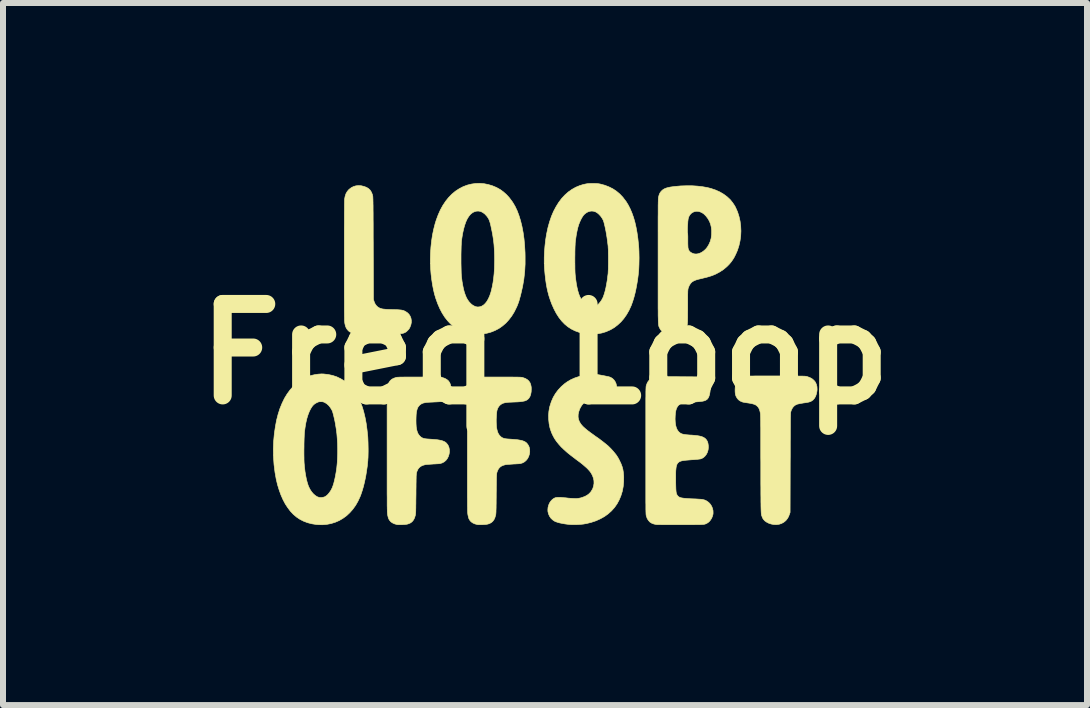
<source format=kicad_pcb>
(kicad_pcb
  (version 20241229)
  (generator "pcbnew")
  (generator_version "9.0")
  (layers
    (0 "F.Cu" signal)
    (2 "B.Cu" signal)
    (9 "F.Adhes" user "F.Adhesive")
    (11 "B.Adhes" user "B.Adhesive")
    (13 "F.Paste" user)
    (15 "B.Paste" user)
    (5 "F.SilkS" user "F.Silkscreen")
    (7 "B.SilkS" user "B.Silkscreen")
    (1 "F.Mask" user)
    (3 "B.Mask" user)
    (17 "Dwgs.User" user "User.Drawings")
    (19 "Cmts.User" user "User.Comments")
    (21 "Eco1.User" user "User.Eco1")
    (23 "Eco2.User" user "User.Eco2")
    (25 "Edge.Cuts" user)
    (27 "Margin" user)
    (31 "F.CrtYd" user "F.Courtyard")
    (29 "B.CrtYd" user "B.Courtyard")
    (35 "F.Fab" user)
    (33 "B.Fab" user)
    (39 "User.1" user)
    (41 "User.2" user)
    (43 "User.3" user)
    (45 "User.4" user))
  (footprint "Freq Loop"
    (layer "F.Cu")
    (at 6.031 2.849)
    (property "Reference" "Freq Loop" (at 0 0 0) (layer "F.SilkS") (effects (font (size 1.524 1.524) (thickness 0.3))))
    (attr through_hole)
    (fp_poly (pts (xy -3.062 -2.804) (xy -3.016 -2.793) (xy -2.974 -2.777) (xy -2.941 -2.757) (xy -2.914 -2.731) (xy -2.893 -2.698) (xy -2.877 -2.659) (xy -2.872 -2.637) (xy -2.871 -2.633) (xy -2.87 -2.628) (xy -2.869 -2.621) (xy -2.869 -2.612) (xy -2.868 -2.602) (xy -2.868 -2.589) (xy -2.867 -2.573) (xy -2.867 -2.554) (xy -2.866 -2.531) (xy -2.866 -2.504) (xy -2.865 -2.474) (xy -2.865 -2.438) (xy -2.865 -2.398) (xy -2.864 -2.352) (xy -2.864 -2.301) (xy -2.864 -2.244) (xy -2.863 -2.18) (xy -2.863 -2.11) (xy -2.863 -2.033) (xy -2.863 -1.948) (xy -2.862 -1.855) (xy -2.862 -1.759) (xy -2.859 -0.912) (xy -2.85 -0.881) (xy -2.835 -0.843) (xy -2.814 -0.811) (xy -2.789 -0.786) (xy -2.765 -0.771) (xy -2.751 -0.764) (xy -2.736 -0.759) (xy -2.719 -0.754) (xy -2.7 -0.75) (xy -2.678 -0.748) (xy -2.65 -0.745) (xy -2.617 -0.743) (xy -2.578 -0.742) (xy -2.54 -0.741) (xy -2.498 -0.74) (xy -2.463 -0.739) (xy -2.435 -0.737) (xy -2.412 -0.735) (xy -2.393 -0.733) (xy -2.378 -0.73) (xy -2.364 -0.727) (xy -2.351 -0.722) (xy -2.338 -0.716) (xy -2.328 -0.711) (xy -2.295 -0.69) (xy -2.268 -0.664) (xy -2.248 -0.633) (xy -2.234 -0.599) (xy -2.228 -0.563) (xy -2.228 -0.524) (xy -2.236 -0.484) (xy -2.252 -0.444) (xy -2.253 -0.441) (xy -2.268 -0.416) (xy -2.289 -0.393) (xy -2.311 -0.372) (xy -2.334 -0.358) (xy -2.334 -0.358) (xy -2.343 -0.354) (xy -2.352 -0.351) (xy -2.361 -0.347) (xy -2.371 -0.345) (xy -2.383 -0.342) (xy -2.397 -0.34) (xy -2.414 -0.339) (xy -2.434 -0.337) (xy -2.459 -0.336) (xy -2.487 -0.335) (xy -2.521 -0.335) (xy -2.561 -0.334) (xy -2.606 -0.333) (xy -2.659 -0.333) (xy -2.719 -0.333) (xy -2.779 -0.332) (xy -2.844 -0.332) (xy -2.902 -0.332) (xy -2.951 -0.332) (xy -2.994 -0.332) (xy -3.031 -0.332) (xy -3.062 -0.332) (xy -3.088 -0.332) (xy -3.109 -0.333) (xy -3.126 -0.333) (xy -3.139 -0.334) (xy -3.15 -0.335) (xy -3.157 -0.336) (xy -3.159 -0.336) (xy -3.197 -0.345) (xy -3.228 -0.356) (xy -3.255 -0.37) (xy -3.277 -0.388) (xy -3.283 -0.395) (xy -3.302 -0.418) (xy -3.317 -0.445) (xy -3.328 -0.476) (xy -3.336 -0.513) (xy -3.34 -0.55) (xy -3.341 -0.56) (xy -3.341 -0.578) (xy -3.341 -0.603) (xy -3.342 -0.635) (xy -3.342 -0.674) (xy -3.343 -0.719) (xy -3.343 -0.77) (xy -3.343 -0.825) (xy -3.343 -0.885) (xy -3.344 -0.95) (xy -3.344 -1.018) (xy -3.344 -1.09) (xy -3.344 -1.164) (xy -3.344 -1.241) (xy -3.344 -1.319) (xy -3.344 -1.399) (xy -3.344 -1.48) (xy -3.344 -1.561) (xy -3.344 -1.643) (xy -3.344 -1.724) (xy -3.344 -1.804) (xy -3.344 -1.882) (xy -3.344 -1.959) (xy -3.344 -2.034) (xy -3.344 -2.105) (xy -3.343 -2.174) (xy -3.343 -2.239) (xy -3.343 -2.299) (xy -3.343 -2.355) (xy -3.342 -2.406) (xy -3.342 -2.452) (xy -3.342 -2.491) (xy -3.341 -2.524) (xy -3.341 -2.55) (xy -3.34 -2.568) (xy -3.34 -2.579) (xy -3.34 -2.58) (xy -3.331 -2.628) (xy -3.317 -2.671) (xy -3.296 -2.708) (xy -3.268 -2.741) (xy -3.262 -2.746) (xy -3.228 -2.772) (xy -3.191 -2.791) (xy -3.15 -2.803) (xy -3.107 -2.807) (xy -3.062 -2.804)) (stroke (width 0.01) (type solid)) (fill yes) (layer "F.SilkS"))
    (fp_poly (pts (xy -1.014 -2.838) (xy -0.944 -2.824) (xy -0.875 -2.803) (xy -0.808 -2.775) (xy -0.747 -2.741) (xy -0.695 -2.703) (xy -0.644 -2.658) (xy -0.597 -2.607) (xy -0.554 -2.55) (xy -0.538 -2.527) (xy -0.499 -2.461) (xy -0.464 -2.387) (xy -0.434 -2.307) (xy -0.407 -2.219) (xy -0.384 -2.125) (xy -0.365 -2.025) (xy -0.35 -1.918) (xy -0.34 -1.806) (xy -0.333 -1.688) (xy -0.332 -1.63) (xy -0.332 -1.499) (xy -0.339 -1.372) (xy -0.353 -1.248) (xy -0.374 -1.125) (xy -0.402 -1.003) (xy -0.411 -0.967) (xy -0.423 -0.925) (xy -0.433 -0.888) (xy -0.444 -0.856) (xy -0.455 -0.826) (xy -0.467 -0.796) (xy -0.476 -0.777) (xy -0.513 -0.702) (xy -0.555 -0.634) (xy -0.602 -0.572) (xy -0.653 -0.516) (xy -0.709 -0.468) (xy -0.769 -0.426) (xy -0.834 -0.392) (xy -0.902 -0.365) (xy -0.968 -0.347) (xy -1.041 -0.335) (xy -1.117 -0.332) (xy -1.187 -0.335) (xy -1.262 -0.346) (xy -1.333 -0.363) (xy -1.399 -0.387) (xy -1.461 -0.418) (xy -1.519 -0.456) (xy -1.573 -0.501) (xy -1.623 -0.554) (xy -1.67 -0.614) (xy -1.713 -0.681) (xy -1.752 -0.755) (xy -1.788 -0.838) (xy -1.82 -0.927) (xy -1.841 -0.997) (xy -1.859 -1.073) (xy -1.875 -1.156) (xy -1.888 -1.242) (xy -1.899 -1.332) (xy -1.906 -1.423) (xy -1.91 -1.515) (xy -1.911 -1.563) (xy -1.4 -1.563) (xy -1.4 -1.513) (xy -1.399 -1.465) (xy -1.398 -1.419) (xy -1.397 -1.377) (xy -1.396 -1.34) (xy -1.394 -1.309) (xy -1.392 -1.285) (xy -1.391 -1.281) (xy -1.382 -1.207) (xy -1.37 -1.14) (xy -1.358 -1.081) (xy -1.344 -1.029) (xy -1.328 -0.983) (xy -1.311 -0.942) (xy -1.291 -0.906) (xy -1.269 -0.875) (xy -1.244 -0.847) (xy -1.244 -0.846) (xy -1.215 -0.821) (xy -1.184 -0.802) (xy -1.154 -0.789) (xy -1.148 -0.788) (xy -1.123 -0.784) (xy -1.095 -0.786) (xy -1.068 -0.793) (xy -1.057 -0.797) (xy -1.025 -0.816) (xy -0.996 -0.843) (xy -0.969 -0.877) (xy -0.945 -0.919) (xy -0.923 -0.967) (xy -0.904 -1.022) (xy -0.895 -1.054) (xy -0.879 -1.123) (xy -0.866 -1.194) (xy -0.856 -1.266) (xy -0.848 -1.342) (xy -0.843 -1.423) (xy -0.841 -1.509) (xy -0.84 -1.566) (xy -0.841 -1.638) (xy -0.843 -1.704) (xy -0.846 -1.764) (xy -0.85 -1.822) (xy -0.856 -1.877) (xy -0.864 -1.934) (xy -0.873 -1.992) (xy -0.885 -2.053) (xy -0.895 -2.1) (xy -0.903 -2.139) (xy -0.911 -2.173) (xy -0.919 -2.2) (xy -0.927 -2.224) (xy -0.936 -2.245) (xy -0.946 -2.263) (xy -0.957 -2.28) (xy -0.97 -2.297) (xy -0.973 -2.301) (xy -1.003 -2.333) (xy -1.035 -2.357) (xy -1.068 -2.374) (xy -1.102 -2.382) (xy -1.136 -2.382) (xy -1.17 -2.374) (xy -1.203 -2.359) (xy -1.234 -2.335) (xy -1.243 -2.327) (xy -1.27 -2.294) (xy -1.296 -2.253) (xy -1.319 -2.203) (xy -1.339 -2.146) (xy -1.357 -2.081) (xy -1.373 -2.009) (xy -1.386 -1.928) (xy -1.392 -1.884) (xy -1.394 -1.862) (xy -1.395 -1.832) (xy -1.397 -1.797) (xy -1.398 -1.756) (xy -1.399 -1.711) (xy -1.4 -1.663) (xy -1.4 -1.614) (xy -1.4 -1.563) (xy -1.911 -1.563) (xy -1.911 -1.579) (xy -1.908 -1.681) (xy -1.901 -1.784) (xy -1.89 -1.885) (xy -1.875 -1.985) (xy -1.855 -2.08) (xy -1.832 -2.17) (xy -1.813 -2.231) (xy -1.78 -2.32) (xy -1.743 -2.403) (xy -1.701 -2.479) (xy -1.654 -2.549) (xy -1.604 -2.611) (xy -1.55 -2.666) (xy -1.491 -2.715) (xy -1.429 -2.755) (xy -1.364 -2.789) (xy -1.295 -2.815) (xy -1.227 -2.832) (xy -1.157 -2.842) (xy -1.086 -2.844) (xy -1.014 -2.838)) (stroke (width 0.01) (type solid)) (fill yes) (layer "F.SilkS"))
    (fp_poly (pts (xy -3.689 0.332) (xy -3.612 0.341) (xy -3.538 0.357) (xy -3.469 0.38) (xy -3.403 0.412) (xy -3.342 0.45) (xy -3.284 0.496) (xy -3.264 0.514) (xy -3.218 0.564) (xy -3.175 0.618) (xy -3.137 0.677) (xy -3.102 0.741) (xy -3.071 0.811) (xy -3.043 0.887) (xy -3.019 0.97) (xy -2.998 1.059) (xy -2.98 1.155) (xy -2.966 1.259) (xy -2.957 1.342) (xy -2.953 1.38) (xy -2.951 1.425) (xy -2.949 1.474) (xy -2.948 1.525) (xy -2.947 1.578) (xy -2.947 1.63) (xy -2.948 1.679) (xy -2.949 1.723) (xy -2.952 1.762) (xy -2.952 1.772) (xy -2.961 1.863) (xy -2.974 1.953) (xy -2.988 2.04) (xy -3.006 2.125) (xy -3.025 2.205) (xy -3.047 2.279) (xy -3.07 2.347) (xy -3.081 2.375) (xy -3.116 2.451) (xy -3.156 2.521) (xy -3.202 2.585) (xy -3.252 2.642) (xy -3.306 2.693) (xy -3.365 2.736) (xy -3.427 2.773) (xy -3.494 2.802) (xy -3.564 2.824) (xy -3.637 2.838) (xy -3.657 2.84) (xy -3.711 2.844) (xy -3.766 2.843) (xy -3.81 2.84) (xy -3.886 2.828) (xy -3.956 2.81) (xy -4.022 2.785) (xy -4.083 2.754) (xy -4.14 2.716) (xy -4.194 2.67) (xy -4.194 2.67) (xy -4.242 2.619) (xy -4.286 2.561) (xy -4.328 2.497) (xy -4.366 2.425) (xy -4.4 2.348) (xy -4.43 2.265) (xy -4.457 2.177) (xy -4.479 2.084) (xy -4.496 1.988) (xy -4.498 1.979) (xy -4.515 1.845) (xy -4.524 1.714) (xy -4.526 1.639) (xy -4.017 1.639) (xy -4.017 1.683) (xy -4.016 1.724) (xy -4.016 1.76) (xy -4.015 1.791) (xy -4.014 1.813) (xy -4.007 1.888) (xy -3.999 1.958) (xy -3.988 2.024) (xy -3.976 2.085) (xy -3.962 2.139) (xy -3.947 2.187) (xy -3.935 2.216) (xy -3.913 2.259) (xy -3.887 2.298) (xy -3.859 2.33) (xy -3.828 2.357) (xy -3.797 2.377) (xy -3.766 2.388) (xy -3.744 2.391) (xy -3.718 2.39) (xy -3.691 2.385) (xy -3.669 2.378) (xy -3.669 2.378) (xy -3.642 2.361) (xy -3.616 2.337) (xy -3.591 2.306) (xy -3.568 2.272) (xy -3.548 2.233) (xy -3.544 2.225) (xy -3.533 2.194) (xy -3.521 2.157) (xy -3.51 2.114) (xy -3.499 2.066) (xy -3.489 2.016) (xy -3.48 1.964) (xy -3.472 1.912) (xy -3.469 1.886) (xy -3.462 1.814) (xy -3.458 1.736) (xy -3.455 1.654) (xy -3.455 1.571) (xy -3.457 1.488) (xy -3.462 1.407) (xy -3.468 1.331) (xy -3.477 1.26) (xy -3.478 1.252) (xy -3.486 1.203) (xy -3.494 1.154) (xy -3.503 1.108) (xy -3.513 1.064) (xy -3.522 1.025) (xy -3.531 0.991) (xy -3.539 0.962) (xy -3.547 0.941) (xy -3.549 0.938) (xy -3.573 0.897) (xy -3.601 0.86) (xy -3.634 0.83) (xy -3.67 0.807) (xy -3.673 0.806) (xy -3.687 0.8) (xy -3.7 0.796) (xy -3.714 0.794) (xy -3.733 0.794) (xy -3.734 0.794) (xy -3.753 0.794) (xy -3.768 0.796) (xy -3.781 0.8) (xy -3.797 0.807) (xy -3.799 0.808) (xy -3.826 0.822) (xy -3.849 0.839) (xy -3.869 0.859) (xy -3.88 0.873) (xy -3.905 0.912) (xy -3.928 0.958) (xy -3.949 1.012) (xy -3.968 1.073) (xy -3.984 1.142) (xy -3.997 1.217) (xy -4.007 1.291) (xy -4.009 1.312) (xy -4.011 1.339) (xy -4.012 1.373) (xy -4.014 1.412) (xy -4.015 1.455) (xy -4.016 1.5) (xy -4.016 1.546) (xy -4.017 1.593) (xy -4.017 1.639) (xy -4.526 1.639) (xy -4.527 1.585) (xy -4.522 1.456) (xy -4.51 1.327) (xy -4.493 1.211) (xy -4.473 1.103) (xy -4.447 1.002) (xy -4.417 0.908) (xy -4.381 0.82) (xy -4.342 0.739) (xy -4.297 0.665) (xy -4.248 0.598) (xy -4.194 0.538) (xy -4.136 0.484) (xy -4.073 0.438) (xy -4.006 0.399) (xy -4.002 0.396) (xy -3.952 0.375) (xy -3.897 0.357) (xy -3.839 0.344) (xy -3.781 0.335) (xy -3.725 0.331) (xy -3.689 0.332)) (stroke (width 0.01) (type solid)) (fill yes) (layer "F.SilkS"))
    (fp_poly (pts (xy 3.701 0.365) (xy 3.768 0.365) (xy 3.844 0.365) (xy 3.878 0.365) (xy 3.95 0.365) (xy 4.014 0.365) (xy 4.071 0.366) (xy 4.121 0.366) (xy 4.164 0.366) (xy 4.202 0.366) (xy 4.234 0.367) (xy 4.261 0.367) (xy 4.284 0.367) (xy 4.302 0.368) (xy 4.317 0.369) (xy 4.33 0.369) (xy 4.34 0.37) (xy 4.348 0.371) (xy 4.354 0.372) (xy 4.36 0.373) (xy 4.365 0.374) (xy 4.369 0.376) (xy 4.413 0.392) (xy 4.451 0.413) (xy 4.481 0.439) (xy 4.505 0.469) (xy 4.521 0.505) (xy 4.531 0.545) (xy 4.533 0.588) (xy 4.531 0.616) (xy 4.522 0.663) (xy 4.508 0.704) (xy 4.489 0.738) (xy 4.465 0.765) (xy 4.436 0.785) (xy 4.425 0.79) (xy 4.418 0.793) (xy 4.41 0.796) (xy 4.402 0.798) (xy 4.392 0.801) (xy 4.378 0.804) (xy 4.36 0.807) (xy 4.337 0.811) (xy 4.307 0.815) (xy 4.283 0.819) (xy 4.259 0.823) (xy 4.236 0.828) (xy 4.217 0.832) (xy 4.203 0.835) (xy 4.199 0.837) (xy 4.166 0.853) (xy 4.14 0.875) (xy 4.119 0.904) (xy 4.102 0.939) (xy 4.095 0.962) (xy 4.094 0.966) (xy 4.093 0.97) (xy 4.092 0.976) (xy 4.092 0.983) (xy 4.091 0.993) (xy 4.091 1.005) (xy 4.09 1.019) (xy 4.09 1.037) (xy 4.089 1.057) (xy 4.089 1.082) (xy 4.088 1.111) (xy 4.088 1.144) (xy 4.088 1.182) (xy 4.088 1.226) (xy 4.087 1.275) (xy 4.087 1.329) (xy 4.087 1.391) (xy 4.086 1.458) (xy 4.086 1.533) (xy 4.086 1.615) (xy 4.086 1.705) (xy 4.085 1.803) (xy 4.085 1.814) (xy 4.083 2.639) (xy 4.071 2.673) (xy 4.057 2.709) (xy 4.04 2.739) (xy 4.02 2.765) (xy 4.009 2.777) (xy 3.977 2.803) (xy 3.94 2.823) (xy 3.9 2.836) (xy 3.856 2.842) (xy 3.812 2.84) (xy 3.811 2.84) (xy 3.768 2.832) (xy 3.728 2.819) (xy 3.693 2.801) (xy 3.663 2.78) (xy 3.64 2.755) (xy 3.631 2.742) (xy 3.624 2.728) (xy 3.617 2.711) (xy 3.611 2.695) (xy 3.608 2.686) (xy 3.606 2.677) (xy 3.605 2.668) (xy 3.603 2.656) (xy 3.602 2.641) (xy 3.601 2.623) (xy 3.6 2.599) (xy 3.599 2.569) (xy 3.598 2.531) (xy 3.598 2.517) (xy 3.598 2.495) (xy 3.597 2.466) (xy 3.597 2.43) (xy 3.597 2.387) (xy 3.596 2.337) (xy 3.596 2.283) (xy 3.596 2.223) (xy 3.595 2.159) (xy 3.595 2.092) (xy 3.595 2.021) (xy 3.595 1.947) (xy 3.595 1.872) (xy 3.595 1.796) (xy 3.594 1.718) (xy 3.594 1.699) (xy 3.594 1.609) (xy 3.594 1.527) (xy 3.594 1.453) (xy 3.594 1.386) (xy 3.594 1.326) (xy 3.594 1.273) (xy 3.594 1.225) (xy 3.593 1.183) (xy 3.593 1.147) (xy 3.593 1.115) (xy 3.592 1.088) (xy 3.592 1.065) (xy 3.591 1.045) (xy 3.591 1.029) (xy 3.59 1.016) (xy 3.59 1.005) (xy 3.589 0.996) (xy 3.588 0.988) (xy 3.588 0.985) (xy 3.579 0.945) (xy 3.567 0.911) (xy 3.55 0.884) (xy 3.538 0.871) (xy 3.525 0.859) (xy 3.511 0.849) (xy 3.495 0.841) (xy 3.475 0.834) (xy 3.45 0.827) (xy 3.42 0.821) (xy 3.383 0.815) (xy 3.367 0.813) (xy 3.343 0.809) (xy 3.321 0.805) (xy 3.302 0.802) (xy 3.288 0.798) (xy 3.287 0.798) (xy 3.251 0.782) (xy 3.222 0.761) (xy 3.199 0.733) (xy 3.181 0.7) (xy 3.173 0.674) (xy 3.169 0.65) (xy 3.167 0.62) (xy 3.167 0.586) (xy 3.169 0.552) (xy 3.173 0.519) (xy 3.178 0.49) (xy 3.184 0.472) (xy 3.199 0.443) (xy 3.221 0.418) (xy 3.25 0.398) (xy 3.286 0.383) (xy 3.291 0.381) (xy 3.3 0.379) (xy 3.31 0.376) (xy 3.321 0.374) (xy 3.333 0.372) (xy 3.347 0.371) (xy 3.363 0.369) (xy 3.383 0.368) (xy 3.406 0.367) (xy 3.432 0.366) (xy 3.463 0.366) (xy 3.499 0.365) (xy 3.54 0.365) (xy 3.587 0.365) (xy 3.641 0.365) (xy 3.701 0.365)) (stroke (width 0.01) (type solid)) (fill yes) (layer "F.SilkS"))
    (fp_poly (pts (xy 0.83 -2.842) (xy 0.855 -2.841) (xy 0.876 -2.84) (xy 0.895 -2.837) (xy 0.914 -2.834) (xy 0.919 -2.833) (xy 0.994 -2.813) (xy 1.064 -2.786) (xy 1.13 -2.753) (xy 1.19 -2.713) (xy 1.246 -2.666) (xy 1.297 -2.612) (xy 1.344 -2.55) (xy 1.351 -2.541) (xy 1.387 -2.482) (xy 1.419 -2.419) (xy 1.448 -2.351) (xy 1.474 -2.278) (xy 1.497 -2.199) (xy 1.516 -2.115) (xy 1.533 -2.023) (xy 1.547 -1.925) (xy 1.558 -1.819) (xy 1.56 -1.797) (xy 1.563 -1.755) (xy 1.565 -1.707) (xy 1.566 -1.655) (xy 1.567 -1.6) (xy 1.566 -1.545) (xy 1.565 -1.492) (xy 1.563 -1.443) (xy 1.561 -1.4) (xy 1.56 -1.391) (xy 1.552 -1.313) (xy 1.542 -1.235) (xy 1.529 -1.158) (xy 1.515 -1.083) (xy 1.499 -1.011) (xy 1.481 -0.943) (xy 1.462 -0.881) (xy 1.442 -0.825) (xy 1.434 -0.804) (xy 1.398 -0.726) (xy 1.358 -0.656) (xy 1.313 -0.592) (xy 1.265 -0.536) (xy 1.211 -0.486) (xy 1.154 -0.442) (xy 1.091 -0.405) (xy 1.082 -0.401) (xy 1.016 -0.372) (xy 0.947 -0.351) (xy 0.875 -0.338) (xy 0.801 -0.332) (xy 0.727 -0.334) (xy 0.711 -0.335) (xy 0.636 -0.346) (xy 0.565 -0.363) (xy 0.499 -0.387) (xy 0.437 -0.418) (xy 0.38 -0.455) (xy 0.326 -0.5) (xy 0.277 -0.551) (xy 0.231 -0.61) (xy 0.188 -0.677) (xy 0.149 -0.751) (xy 0.113 -0.832) (xy 0.107 -0.847) (xy 0.085 -0.908) (xy 0.065 -0.969) (xy 0.048 -1.033) (xy 0.033 -1.099) (xy 0.02 -1.17) (xy 0.009 -1.247) (xy -0.000182 -1.329) (xy -0.008 -1.419) (xy -0.009 -1.429) (xy -0.013 -1.516) (xy -0.013 -1.561) (xy 0.497 -1.561) (xy 0.497 -1.513) (xy 0.498 -1.468) (xy 0.498 -1.425) (xy 0.499 -1.387) (xy 0.5 -1.355) (xy 0.502 -1.329) (xy 0.503 -1.317) (xy 0.512 -1.239) (xy 0.522 -1.169) (xy 0.534 -1.107) (xy 0.547 -1.052) (xy 0.562 -1.002) (xy 0.579 -0.959) (xy 0.599 -0.92) (xy 0.62 -0.886) (xy 0.644 -0.856) (xy 0.657 -0.843) (xy 0.682 -0.821) (xy 0.709 -0.804) (xy 0.736 -0.791) (xy 0.748 -0.788) (xy 0.773 -0.784) (xy 0.802 -0.786) (xy 0.829 -0.792) (xy 0.845 -0.799) (xy 0.871 -0.815) (xy 0.897 -0.839) (xy 0.921 -0.868) (xy 0.944 -0.901) (xy 0.963 -0.937) (xy 0.969 -0.949) (xy 0.984 -0.992) (xy 0.999 -1.042) (xy 1.013 -1.099) (xy 1.025 -1.162) (xy 1.037 -1.231) (xy 1.046 -1.305) (xy 1.051 -1.342) (xy 1.052 -1.362) (xy 1.053 -1.389) (xy 1.055 -1.422) (xy 1.055 -1.46) (xy 1.056 -1.501) (xy 1.056 -1.544) (xy 1.056 -1.588) (xy 1.056 -1.631) (xy 1.055 -1.673) (xy 1.055 -1.712) (xy 1.054 -1.746) (xy 1.052 -1.775) (xy 1.051 -1.797) (xy 1.051 -1.799) (xy 1.045 -1.846) (xy 1.039 -1.895) (xy 1.032 -1.945) (xy 1.024 -1.994) (xy 1.016 -2.041) (xy 1.007 -2.086) (xy 0.998 -2.128) (xy 0.989 -2.165) (xy 0.981 -2.196) (xy 0.973 -2.221) (xy 0.968 -2.233) (xy 0.949 -2.267) (xy 0.926 -2.299) (xy 0.899 -2.328) (xy 0.871 -2.352) (xy 0.844 -2.368) (xy 0.813 -2.379) (xy 0.78 -2.383) (xy 0.746 -2.379) (xy 0.713 -2.368) (xy 0.681 -2.349) (xy 0.652 -2.325) (xy 0.639 -2.31) (xy 0.624 -2.288) (xy 0.607 -2.26) (xy 0.591 -2.228) (xy 0.576 -2.194) (xy 0.563 -2.161) (xy 0.547 -2.109) (xy 0.533 -2.048) (xy 0.52 -1.979) (xy 0.509 -1.903) (xy 0.505 -1.871) (xy 0.503 -1.85) (xy 0.502 -1.821) (xy 0.5 -1.786) (xy 0.499 -1.747) (xy 0.498 -1.703) (xy 0.498 -1.657) (xy 0.497 -1.609) (xy 0.497 -1.561) (xy -0.013 -1.561) (xy -0.013 -1.609) (xy -0.009 -1.706) (xy -0.001 -1.803) (xy 0.01 -1.9) (xy 0.025 -1.995) (xy 0.044 -2.085) (xy 0.049 -2.108) (xy 0.076 -2.204) (xy 0.107 -2.295) (xy 0.143 -2.379) (xy 0.184 -2.456) (xy 0.228 -2.527) (xy 0.277 -2.592) (xy 0.33 -2.649) (xy 0.387 -2.7) (xy 0.448 -2.743) (xy 0.512 -2.779) (xy 0.579 -2.807) (xy 0.631 -2.823) (xy 0.66 -2.83) (xy 0.685 -2.835) (xy 0.709 -2.839) (xy 0.735 -2.841) (xy 0.764 -2.842) (xy 0.798 -2.842) (xy 0.83 -2.842)) (stroke (width 0.01) (type solid)) (fill yes) (layer "F.SilkS"))
    (fp_poly (pts (xy 0.826 0.335) (xy 0.843 0.337) (xy 0.865 0.341) (xy 0.892 0.345) (xy 0.922 0.35) (xy 0.953 0.356) (xy 0.99 0.363) (xy 1.02 0.369) (xy 1.044 0.374) (xy 1.063 0.378) (xy 1.078 0.383) (xy 1.089 0.387) (xy 1.094 0.389) (xy 1.125 0.408) (xy 1.15 0.433) (xy 1.169 0.461) (xy 1.183 0.492) (xy 1.191 0.526) (xy 1.194 0.561) (xy 1.191 0.596) (xy 1.183 0.631) (xy 1.17 0.665) (xy 1.152 0.696) (xy 1.129 0.724) (xy 1.101 0.747) (xy 1.068 0.766) (xy 1.052 0.772) (xy 1.045 0.774) (xy 1.037 0.775) (xy 1.026 0.777) (xy 1.011 0.778) (xy 0.992 0.778) (xy 0.968 0.779) (xy 0.937 0.779) (xy 0.899 0.779) (xy 0.891 0.779) (xy 0.847 0.779) (xy 0.81 0.78) (xy 0.779 0.78) (xy 0.754 0.782) (xy 0.734 0.784) (xy 0.716 0.786) (xy 0.702 0.79) (xy 0.688 0.794) (xy 0.676 0.8) (xy 0.67 0.802) (xy 0.645 0.819) (xy 0.62 0.844) (xy 0.599 0.875) (xy 0.579 0.912) (xy 0.564 0.954) (xy 0.561 0.964) (xy 0.552 1.007) (xy 0.551 1.049) (xy 0.558 1.089) (xy 0.573 1.128) (xy 0.596 1.165) (xy 0.611 1.184) (xy 0.634 1.209) (xy 0.665 1.237) (xy 0.702 1.268) (xy 0.747 1.303) (xy 0.799 1.34) (xy 0.84 1.37) (xy 0.868 1.389) (xy 0.898 1.41) (xy 0.929 1.434) (xy 0.96 1.457) (xy 0.989 1.48) (xy 1.015 1.501) (xy 1.037 1.519) (xy 1.048 1.528) (xy 1.077 1.556) (xy 1.107 1.587) (xy 1.137 1.62) (xy 1.164 1.653) (xy 1.187 1.682) (xy 1.188 1.683) (xy 1.2 1.702) (xy 1.215 1.725) (xy 1.229 1.751) (xy 1.242 1.775) (xy 1.242 1.776) (xy 1.266 1.827) (xy 1.284 1.874) (xy 1.297 1.922) (xy 1.305 1.971) (xy 1.31 2.024) (xy 1.311 2.049) (xy 1.31 2.131) (xy 1.302 2.211) (xy 1.287 2.288) (xy 1.264 2.362) (xy 1.235 2.431) (xy 1.2 2.496) (xy 1.158 2.556) (xy 1.157 2.557) (xy 1.107 2.613) (xy 1.051 2.663) (xy 0.99 2.707) (xy 0.922 2.745) (xy 0.849 2.778) (xy 0.771 2.804) (xy 0.688 2.825) (xy 0.673 2.827) (xy 0.639 2.833) (xy 0.599 2.837) (xy 0.555 2.84) (xy 0.511 2.842) (xy 0.469 2.842) (xy 0.432 2.841) (xy 0.421 2.841) (xy 0.376 2.836) (xy 0.33 2.83) (xy 0.287 2.822) (xy 0.246 2.814) (xy 0.21 2.804) (xy 0.18 2.794) (xy 0.16 2.785) (xy 0.126 2.762) (xy 0.097 2.734) (xy 0.074 2.7) (xy 0.058 2.663) (xy 0.048 2.623) (xy 0.047 2.595) (xy 0.05 2.556) (xy 0.06 2.518) (xy 0.075 2.482) (xy 0.096 2.451) (xy 0.121 2.424) (xy 0.149 2.404) (xy 0.149 2.404) (xy 0.162 2.398) (xy 0.174 2.393) (xy 0.186 2.391) (xy 0.202 2.389) (xy 0.218 2.388) (xy 0.24 2.388) (xy 0.268 2.389) (xy 0.3 2.392) (xy 0.334 2.395) (xy 0.341 2.395) (xy 0.39 2.401) (xy 0.432 2.404) (xy 0.468 2.406) (xy 0.499 2.407) (xy 0.527 2.407) (xy 0.551 2.405) (xy 0.574 2.401) (xy 0.597 2.396) (xy 0.619 2.389) (xy 0.665 2.372) (xy 0.703 2.351) (xy 0.736 2.326) (xy 0.764 2.295) (xy 0.772 2.283) (xy 0.795 2.243) (xy 0.809 2.2) (xy 0.816 2.156) (xy 0.815 2.111) (xy 0.806 2.066) (xy 0.789 2.021) (xy 0.765 1.978) (xy 0.765 1.978) (xy 0.748 1.955) (xy 0.728 1.932) (xy 0.705 1.907) (xy 0.676 1.881) (xy 0.643 1.852) (xy 0.604 1.82) (xy 0.558 1.785) (xy 0.506 1.747) (xy 0.506 1.746) (xy 0.436 1.693) (xy 0.373 1.643) (xy 0.318 1.594) (xy 0.269 1.547) (xy 0.227 1.5) (xy 0.19 1.454) (xy 0.158 1.407) (xy 0.132 1.359) (xy 0.109 1.31) (xy 0.091 1.259) (xy 0.081 1.226) (xy 0.068 1.161) (xy 0.061 1.093) (xy 0.059 1.024) (xy 0.064 0.956) (xy 0.075 0.892) (xy 0.081 0.869) (xy 0.105 0.794) (xy 0.136 0.723) (xy 0.174 0.658) (xy 0.219 0.598) (xy 0.271 0.542) (xy 0.329 0.492) (xy 0.368 0.464) (xy 0.427 0.429) (xy 0.493 0.399) (xy 0.565 0.375) (xy 0.642 0.356) (xy 0.667 0.351) (xy 0.696 0.347) (xy 0.727 0.342) (xy 0.757 0.339) (xy 0.784 0.336) (xy 0.806 0.335) (xy 0.816 0.334) (xy 0.826 0.335)) (stroke (width 0.01) (type solid)) (fill yes) (layer "F.SilkS"))
    (fp_poly (pts (xy -0.696 0.383) (xy -0.64 0.383) (xy -0.591 0.383) (xy -0.549 0.383) (xy -0.513 0.384) (xy -0.483 0.384) (xy -0.458 0.384) (xy -0.437 0.385) (xy -0.42 0.385) (xy -0.407 0.386) (xy -0.396 0.387) (xy -0.388 0.388) (xy -0.381 0.389) (xy -0.375 0.39) (xy -0.373 0.391) (xy -0.332 0.405) (xy -0.298 0.424) (xy -0.272 0.447) (xy -0.251 0.476) (xy -0.238 0.51) (xy -0.23 0.55) (xy -0.229 0.583) (xy -0.231 0.631) (xy -0.239 0.672) (xy -0.251 0.707) (xy -0.269 0.736) (xy -0.273 0.741) (xy -0.286 0.753) (xy -0.3 0.764) (xy -0.315 0.772) (xy -0.334 0.78) (xy -0.357 0.785) (xy -0.384 0.79) (xy -0.416 0.794) (xy -0.455 0.797) (xy -0.501 0.799) (xy -0.531 0.8) (xy -0.571 0.802) (xy -0.604 0.803) (xy -0.631 0.806) (xy -0.653 0.808) (xy -0.671 0.812) (xy -0.687 0.816) (xy -0.702 0.821) (xy -0.712 0.825) (xy -0.741 0.843) (xy -0.765 0.867) (xy -0.785 0.897) (xy -0.798 0.931) (xy -0.803 0.952) (xy -0.806 0.979) (xy -0.809 1.012) (xy -0.811 1.048) (xy -0.813 1.085) (xy -0.813 1.123) (xy -0.812 1.16) (xy -0.81 1.193) (xy -0.808 1.221) (xy -0.807 1.228) (xy -0.799 1.267) (xy -0.79 1.299) (xy -0.778 1.326) (xy -0.763 1.349) (xy -0.75 1.364) (xy -0.732 1.381) (xy -0.713 1.394) (xy -0.691 1.403) (xy -0.665 1.41) (xy -0.633 1.414) (xy -0.605 1.416) (xy -0.548 1.42) (xy -0.499 1.424) (xy -0.457 1.428) (xy -0.421 1.434) (xy -0.39 1.44) (xy -0.365 1.448) (xy -0.343 1.457) (xy -0.326 1.467) (xy -0.31 1.479) (xy -0.302 1.487) (xy -0.28 1.517) (xy -0.264 1.551) (xy -0.256 1.589) (xy -0.255 1.63) (xy -0.26 1.666) (xy -0.272 1.705) (xy -0.29 1.741) (xy -0.314 1.771) (xy -0.341 1.795) (xy -0.373 1.813) (xy -0.408 1.824) (xy -0.413 1.825) (xy -0.425 1.826) (xy -0.443 1.828) (xy -0.467 1.829) (xy -0.494 1.831) (xy -0.523 1.832) (xy -0.535 1.833) (xy -0.564 1.835) (xy -0.593 1.837) (xy -0.62 1.839) (xy -0.642 1.841) (xy -0.658 1.843) (xy -0.662 1.844) (xy -0.7 1.855) (xy -0.733 1.871) (xy -0.759 1.892) (xy -0.779 1.919) (xy -0.795 1.953) (xy -0.803 1.978) (xy -0.804 1.984) (xy -0.805 1.991) (xy -0.806 2) (xy -0.807 2.012) (xy -0.808 2.027) (xy -0.809 2.045) (xy -0.81 2.068) (xy -0.81 2.096) (xy -0.811 2.129) (xy -0.811 2.169) (xy -0.812 2.215) (xy -0.812 2.268) (xy -0.813 2.326) (xy -0.813 2.387) (xy -0.814 2.44) (xy -0.814 2.486) (xy -0.815 2.525) (xy -0.815 2.559) (xy -0.816 2.587) (xy -0.817 2.61) (xy -0.817 2.629) (xy -0.818 2.644) (xy -0.819 2.657) (xy -0.82 2.667) (xy -0.821 2.676) (xy -0.823 2.684) (xy -0.823 2.684) (xy -0.835 2.725) (xy -0.851 2.76) (xy -0.873 2.789) (xy -0.9 2.811) (xy -0.933 2.827) (xy -0.958 2.834) (xy -0.974 2.837) (xy -0.996 2.84) (xy -1.022 2.841) (xy -1.05 2.843) (xy -1.077 2.843) (xy -1.101 2.843) (xy -1.12 2.842) (xy -1.127 2.841) (xy -1.169 2.83) (xy -1.204 2.814) (xy -1.232 2.794) (xy -1.254 2.769) (xy -1.256 2.764) (xy -1.264 2.751) (xy -1.27 2.739) (xy -1.274 2.726) (xy -1.278 2.709) (xy -1.283 2.688) (xy -1.286 2.671) (xy -1.287 2.667) (xy -1.287 2.661) (xy -1.288 2.655) (xy -1.289 2.647) (xy -1.289 2.638) (xy -1.29 2.626) (xy -1.29 2.613) (xy -1.291 2.597) (xy -1.291 2.578) (xy -1.291 2.555) (xy -1.292 2.529) (xy -1.292 2.499) (xy -1.292 2.465) (xy -1.292 2.426) (xy -1.293 2.383) (xy -1.293 2.334) (xy -1.293 2.28) (xy -1.293 2.219) (xy -1.293 2.153) (xy -1.293 2.08) (xy -1.293 2) (xy -1.293 1.913) (xy -1.293 1.819) (xy -1.293 1.717) (xy -1.293 1.606) (xy -1.293 1.604) (xy -1.293 1.494) (xy -1.293 1.392) (xy -1.293 1.297) (xy -1.293 1.21) (xy -1.293 1.13) (xy -1.293 1.057) (xy -1.293 0.991) (xy -1.293 0.93) (xy -1.293 0.876) (xy -1.293 0.827) (xy -1.292 0.784) (xy -1.292 0.745) (xy -1.292 0.711) (xy -1.292 0.681) (xy -1.291 0.655) (xy -1.291 0.633) (xy -1.291 0.614) (xy -1.29 0.598) (xy -1.29 0.585) (xy -1.289 0.574) (xy -1.289 0.565) (xy -1.288 0.557) (xy -1.287 0.551) (xy -1.287 0.546) (xy -1.286 0.542) (xy -1.275 0.502) (xy -1.261 0.469) (xy -1.241 0.442) (xy -1.217 0.421) (xy -1.186 0.404) (xy -1.154 0.393) (xy -1.12 0.383) (xy -0.76 0.383) (xy -0.696 0.383)) (stroke (width 0.01) (type solid)) (fill yes) (layer "F.SilkS"))
    (fp_poly (pts (xy 2.45 -2.804) (xy 2.54 -2.798) (xy 2.625 -2.788) (xy 2.705 -2.774) (xy 2.767 -2.758) (xy 2.843 -2.732) (xy 2.912 -2.701) (xy 2.975 -2.664) (xy 3.032 -2.622) (xy 3.083 -2.575) (xy 3.126 -2.522) (xy 3.164 -2.464) (xy 3.176 -2.44) (xy 3.208 -2.368) (xy 3.232 -2.292) (xy 3.25 -2.213) (xy 3.26 -2.132) (xy 3.264 -2.05) (xy 3.26 -1.967) (xy 3.249 -1.886) (xy 3.231 -1.806) (xy 3.206 -1.728) (xy 3.177 -1.662) (xy 3.153 -1.614) (xy 3.128 -1.573) (xy 3.102 -1.536) (xy 3.073 -1.501) (xy 3.039 -1.466) (xy 3.025 -1.453) (xy 2.974 -1.41) (xy 2.92 -1.374) (xy 2.868 -1.345) (xy 2.845 -1.333) (xy 2.822 -1.323) (xy 2.8 -1.314) (xy 2.777 -1.305) (xy 2.752 -1.297) (xy 2.723 -1.288) (xy 2.691 -1.279) (xy 2.654 -1.27) (xy 2.61 -1.259) (xy 2.559 -1.247) (xy 2.557 -1.247) (xy 2.514 -1.234) (xy 2.478 -1.219) (xy 2.448 -1.2) (xy 2.425 -1.176) (xy 2.406 -1.147) (xy 2.391 -1.113) (xy 2.387 -1.101) (xy 2.385 -1.094) (xy 2.383 -1.088) (xy 2.382 -1.082) (xy 2.381 -1.074) (xy 2.38 -1.065) (xy 2.379 -1.053) (xy 2.378 -1.038) (xy 2.378 -1.02) (xy 2.377 -0.997) (xy 2.377 -0.969) (xy 2.377 -0.935) (xy 2.377 -0.894) (xy 2.377 -0.847) (xy 2.377 -0.794) (xy 2.377 -0.736) (xy 2.376 -0.685) (xy 2.376 -0.642) (xy 2.376 -0.606) (xy 2.375 -0.575) (xy 2.375 -0.549) (xy 2.373 -0.527) (xy 2.372 -0.509) (xy 2.37 -0.495) (xy 2.368 -0.482) (xy 2.365 -0.472) (xy 2.362 -0.462) (xy 2.358 -0.452) (xy 2.353 -0.443) (xy 2.351 -0.437) (xy 2.332 -0.407) (xy 2.309 -0.383) (xy 2.28 -0.363) (xy 2.245 -0.349) (xy 2.203 -0.339) (xy 2.165 -0.335) (xy 2.137 -0.332) (xy 2.115 -0.331) (xy 2.097 -0.331) (xy 2.08 -0.332) (xy 2.063 -0.334) (xy 2.055 -0.335) (xy 2.014 -0.344) (xy 1.978 -0.359) (xy 1.948 -0.38) (xy 1.924 -0.407) (xy 1.907 -0.437) (xy 1.905 -0.443) (xy 1.903 -0.448) (xy 1.9 -0.452) (xy 1.898 -0.457) (xy 1.897 -0.462) (xy 1.895 -0.468) (xy 1.894 -0.476) (xy 1.892 -0.484) (xy 1.891 -0.494) (xy 1.89 -0.507) (xy 1.889 -0.521) (xy 1.888 -0.539) (xy 1.887 -0.559) (xy 1.887 -0.583) (xy 1.886 -0.61) (xy 1.885 -0.641) (xy 1.885 -0.677) (xy 1.885 -0.717) (xy 1.884 -0.762) (xy 1.884 -0.813) (xy 1.884 -0.869) (xy 1.884 -0.931) (xy 1.884 -0.999) (xy 1.884 -1.074) (xy 1.884 -1.155) (xy 1.884 -1.244) (xy 1.884 -1.34) (xy 1.884 -1.444) (xy 1.884 -1.552) (xy 1.884 -1.663) (xy 1.884 -1.766) (xy 1.884 -1.861) (xy 1.884 -1.948) (xy 1.884 -2.029) (xy 1.884 -2.051) (xy 2.372 -2.051) (xy 2.373 -2.034) (xy 2.373 -2.023) (xy 2.374 -2.02) (xy 2.376 -2.015) (xy 2.377 -2.003) (xy 2.378 -1.984) (xy 2.379 -1.957) (xy 2.379 -1.922) (xy 2.379 -1.903) (xy 2.379 -1.871) (xy 2.379 -1.84) (xy 2.38 -1.813) (xy 2.381 -1.791) (xy 2.382 -1.775) (xy 2.383 -1.766) (xy 2.391 -1.738) (xy 2.404 -1.716) (xy 2.422 -1.698) (xy 2.447 -1.683) (xy 2.453 -1.681) (xy 2.478 -1.671) (xy 2.502 -1.667) (xy 2.526 -1.667) (xy 2.555 -1.672) (xy 2.557 -1.673) (xy 2.586 -1.683) (xy 2.617 -1.699) (xy 2.647 -1.721) (xy 2.675 -1.746) (xy 2.699 -1.775) (xy 2.703 -1.78) (xy 2.731 -1.827) (xy 2.753 -1.877) (xy 2.768 -1.931) (xy 2.775 -1.99) (xy 2.776 -2.053) (xy 2.776 -2.057) (xy 2.77 -2.114) (xy 2.758 -2.165) (xy 2.739 -2.213) (xy 2.713 -2.258) (xy 2.679 -2.302) (xy 2.65 -2.331) (xy 2.619 -2.353) (xy 2.587 -2.368) (xy 2.555 -2.377) (xy 2.522 -2.379) (xy 2.492 -2.374) (xy 2.463 -2.362) (xy 2.437 -2.345) (xy 2.415 -2.321) (xy 2.397 -2.291) (xy 2.386 -2.257) (xy 2.384 -2.246) (xy 2.382 -2.228) (xy 2.379 -2.206) (xy 2.378 -2.181) (xy 2.376 -2.153) (xy 2.374 -2.125) (xy 2.373 -2.098) (xy 2.373 -2.073) (xy 2.372 -2.051) (xy 1.884 -2.051) (xy 1.884 -2.102) (xy 1.884 -2.169) (xy 1.884 -2.23) (xy 1.884 -2.285) (xy 1.885 -2.334) (xy 1.885 -2.378) (xy 1.885 -2.417) (xy 1.885 -2.451) (xy 1.885 -2.481) (xy 1.886 -2.507) (xy 1.886 -2.529) (xy 1.887 -2.548) (xy 1.887 -2.563) (xy 1.887 -2.576) (xy 1.888 -2.587) (xy 1.889 -2.595) (xy 1.889 -2.602) (xy 1.89 -2.607) (xy 1.89 -2.611) (xy 1.898 -2.642) (xy 1.906 -2.666) (xy 1.917 -2.687) (xy 1.93 -2.705) (xy 1.937 -2.713) (xy 1.954 -2.73) (xy 1.973 -2.744) (xy 1.995 -2.756) (xy 2.02 -2.766) (xy 2.05 -2.774) (xy 2.086 -2.782) (xy 2.129 -2.788) (xy 2.161 -2.792) (xy 2.259 -2.801) (xy 2.356 -2.804) (xy 2.45 -2.804)) (stroke (width 0.01) (type solid)) (fill yes) (layer "F.SilkS"))
    (fp_poly (pts (xy -2.034 0.383) (xy -1.978 0.383) (xy -1.929 0.383) (xy -1.887 0.383) (xy -1.851 0.384) (xy -1.821 0.384) (xy -1.796 0.384) (xy -1.775 0.385) (xy -1.758 0.385) (xy -1.745 0.386) (xy -1.734 0.387) (xy -1.726 0.388) (xy -1.719 0.389) (xy -1.713 0.39) (xy -1.71 0.391) (xy -1.67 0.405) (xy -1.636 0.424) (xy -1.609 0.447) (xy -1.589 0.476) (xy -1.575 0.51) (xy -1.568 0.55) (xy -1.566 0.583) (xy -1.569 0.63) (xy -1.576 0.671) (xy -1.588 0.705) (xy -1.605 0.733) (xy -1.628 0.756) (xy -1.657 0.773) (xy -1.681 0.783) (xy -1.696 0.786) (xy -1.715 0.79) (xy -1.74 0.793) (xy -1.77 0.795) (xy -1.806 0.797) (xy -1.85 0.799) (xy -1.867 0.8) (xy -1.912 0.802) (xy -1.95 0.804) (xy -1.982 0.807) (xy -2.008 0.812) (xy -2.03 0.817) (xy -2.048 0.824) (xy -2.065 0.833) (xy -2.08 0.844) (xy -2.089 0.851) (xy -2.104 0.868) (xy -2.118 0.887) (xy -2.128 0.91) (xy -2.136 0.937) (xy -2.143 0.97) (xy -2.147 1.009) (xy -2.149 1.054) (xy -2.15 1.107) (xy -2.15 1.113) (xy -2.149 1.167) (xy -2.146 1.214) (xy -2.14 1.254) (xy -2.131 1.288) (xy -2.12 1.318) (xy -2.105 1.343) (xy -2.088 1.364) (xy -2.07 1.381) (xy -2.051 1.394) (xy -2.029 1.403) (xy -2.003 1.41) (xy -1.971 1.414) (xy -1.943 1.416) (xy -1.886 1.42) (xy -1.837 1.424) (xy -1.794 1.428) (xy -1.758 1.434) (xy -1.728 1.44) (xy -1.703 1.448) (xy -1.681 1.457) (xy -1.663 1.467) (xy -1.648 1.479) (xy -1.64 1.487) (xy -1.617 1.517) (xy -1.602 1.551) (xy -1.594 1.589) (xy -1.593 1.63) (xy -1.598 1.666) (xy -1.61 1.705) (xy -1.628 1.741) (xy -1.651 1.771) (xy -1.679 1.795) (xy -1.711 1.813) (xy -1.746 1.824) (xy -1.751 1.825) (xy -1.763 1.826) (xy -1.781 1.828) (xy -1.805 1.829) (xy -1.832 1.831) (xy -1.861 1.832) (xy -1.872 1.833) (xy -1.902 1.835) (xy -1.931 1.837) (xy -1.958 1.839) (xy -1.98 1.841) (xy -1.995 1.843) (xy -1.999 1.844) (xy -2.038 1.855) (xy -2.07 1.871) (xy -2.096 1.892) (xy -2.117 1.919) (xy -2.133 1.953) (xy -2.141 1.978) (xy -2.142 1.984) (xy -2.143 1.991) (xy -2.144 2) (xy -2.145 2.012) (xy -2.146 2.026) (xy -2.147 2.045) (xy -2.147 2.068) (xy -2.148 2.095) (xy -2.148 2.129) (xy -2.149 2.168) (xy -2.149 2.214) (xy -2.15 2.267) (xy -2.15 2.328) (xy -2.15 2.328) (xy -2.151 2.389) (xy -2.152 2.442) (xy -2.152 2.488) (xy -2.153 2.528) (xy -2.153 2.561) (xy -2.154 2.589) (xy -2.154 2.612) (xy -2.155 2.631) (xy -2.156 2.646) (xy -2.157 2.658) (xy -2.158 2.668) (xy -2.159 2.677) (xy -2.16 2.684) (xy -2.161 2.686) (xy -2.173 2.727) (xy -2.19 2.762) (xy -2.212 2.79) (xy -2.239 2.812) (xy -2.272 2.827) (xy -2.295 2.834) (xy -2.312 2.837) (xy -2.334 2.84) (xy -2.36 2.841) (xy -2.387 2.843) (xy -2.414 2.843) (xy -2.438 2.843) (xy -2.458 2.842) (xy -2.465 2.841) (xy -2.506 2.83) (xy -2.541 2.814) (xy -2.57 2.794) (xy -2.591 2.769) (xy -2.594 2.764) (xy -2.602 2.751) (xy -2.607 2.739) (xy -2.612 2.726) (xy -2.616 2.709) (xy -2.621 2.688) (xy -2.624 2.671) (xy -2.624 2.667) (xy -2.625 2.661) (xy -2.626 2.655) (xy -2.626 2.647) (xy -2.627 2.638) (xy -2.628 2.626) (xy -2.628 2.613) (xy -2.628 2.597) (xy -2.629 2.578) (xy -2.629 2.555) (xy -2.63 2.529) (xy -2.63 2.499) (xy -2.63 2.465) (xy -2.63 2.426) (xy -2.63 2.383) (xy -2.631 2.334) (xy -2.631 2.28) (xy -2.631 2.219) (xy -2.631 2.153) (xy -2.631 2.08) (xy -2.631 2) (xy -2.631 1.913) (xy -2.631 1.819) (xy -2.631 1.717) (xy -2.631 1.606) (xy -2.631 1.604) (xy -2.631 1.494) (xy -2.631 1.392) (xy -2.631 1.297) (xy -2.631 1.21) (xy -2.631 1.13) (xy -2.631 1.057) (xy -2.631 0.991) (xy -2.631 0.93) (xy -2.631 0.876) (xy -2.63 0.827) (xy -2.63 0.784) (xy -2.63 0.745) (xy -2.63 0.711) (xy -2.63 0.681) (xy -2.629 0.655) (xy -2.629 0.633) (xy -2.628 0.614) (xy -2.628 0.598) (xy -2.628 0.585) (xy -2.627 0.574) (xy -2.627 0.565) (xy -2.626 0.557) (xy -2.625 0.551) (xy -2.624 0.546) (xy -2.624 0.542) (xy -2.613 0.502) (xy -2.598 0.469) (xy -2.579 0.443) (xy -2.554 0.421) (xy -2.523 0.404) (xy -2.485 0.391) (xy -2.48 0.39) (xy -2.474 0.388) (xy -2.467 0.387) (xy -2.458 0.386) (xy -2.447 0.386) (xy -2.434 0.385) (xy -2.416 0.384) (xy -2.395 0.384) (xy -2.37 0.384) (xy -2.339 0.383) (xy -2.302 0.383) (xy -2.26 0.383) (xy -2.21 0.383) (xy -2.153 0.383) (xy -2.098 0.383) (xy -2.034 0.383)) (stroke (width 0.01) (type solid)) (fill yes) (layer "F.SilkS"))
    (fp_poly (pts (xy 2.178 0.377) (xy 2.246 0.378) (xy 2.265 0.378) (xy 2.324 0.378) (xy 2.375 0.379) (xy 2.419 0.379) (xy 2.456 0.379) (xy 2.488 0.38) (xy 2.514 0.38) (xy 2.535 0.381) (xy 2.552 0.382) (xy 2.566 0.383) (xy 2.578 0.384) (xy 2.587 0.385) (xy 2.594 0.386) (xy 2.599 0.387) (xy 2.641 0.4) (xy 2.676 0.418) (xy 2.705 0.442) (xy 2.726 0.47) (xy 2.742 0.504) (xy 2.747 0.524) (xy 2.751 0.556) (xy 2.752 0.592) (xy 2.749 0.629) (xy 2.743 0.665) (xy 2.734 0.697) (xy 2.725 0.72) (xy 2.715 0.737) (xy 2.704 0.751) (xy 2.69 0.762) (xy 2.673 0.772) (xy 2.651 0.78) (xy 2.625 0.786) (xy 2.593 0.79) (xy 2.555 0.794) (xy 2.51 0.797) (xy 2.471 0.798) (xy 2.422 0.8) (xy 2.38 0.803) (xy 2.344 0.807) (xy 2.315 0.811) (xy 2.29 0.817) (xy 2.269 0.824) (xy 2.251 0.833) (xy 2.241 0.84) (xy 2.221 0.857) (xy 2.204 0.88) (xy 2.19 0.907) (xy 2.18 0.941) (xy 2.173 0.981) (xy 2.169 1.028) (xy 2.167 1.083) (xy 2.167 1.085) (xy 2.17 1.14) (xy 2.177 1.188) (xy 2.188 1.229) (xy 2.204 1.264) (xy 2.225 1.293) (xy 2.242 1.308) (xy 2.254 1.317) (xy 2.268 1.325) (xy 2.283 1.331) (xy 2.302 1.336) (xy 2.324 1.34) (xy 2.351 1.344) (xy 2.385 1.347) (xy 2.425 1.35) (xy 2.439 1.35) (xy 2.493 1.355) (xy 2.54 1.36) (xy 2.579 1.367) (xy 2.613 1.376) (xy 2.64 1.388) (xy 2.663 1.402) (xy 2.681 1.419) (xy 2.696 1.439) (xy 2.708 1.463) (xy 2.71 1.469) (xy 2.716 1.493) (xy 2.72 1.522) (xy 2.721 1.553) (xy 2.719 1.583) (xy 2.716 1.601) (xy 2.704 1.64) (xy 2.686 1.674) (xy 2.663 1.703) (xy 2.637 1.726) (xy 2.607 1.742) (xy 2.588 1.748) (xy 2.578 1.749) (xy 2.562 1.751) (xy 2.539 1.754) (xy 2.512 1.756) (xy 2.482 1.759) (xy 2.45 1.761) (xy 2.445 1.761) (xy 2.398 1.765) (xy 2.36 1.768) (xy 2.328 1.771) (xy 2.301 1.775) (xy 2.28 1.779) (xy 2.263 1.784) (xy 2.249 1.789) (xy 2.237 1.795) (xy 2.226 1.803) (xy 2.217 1.811) (xy 2.208 1.821) (xy 2.2 1.834) (xy 2.194 1.849) (xy 2.188 1.867) (xy 2.184 1.89) (xy 2.181 1.917) (xy 2.178 1.949) (xy 2.177 1.988) (xy 2.177 2.032) (xy 2.177 2.085) (xy 2.177 2.138) (xy 2.178 2.183) (xy 2.179 2.22) (xy 2.18 2.251) (xy 2.182 2.276) (xy 2.184 2.297) (xy 2.187 2.313) (xy 2.19 2.326) (xy 2.194 2.337) (xy 2.2 2.347) (xy 2.203 2.353) (xy 2.212 2.364) (xy 2.221 2.373) (xy 2.232 2.381) (xy 2.246 2.388) (xy 2.263 2.394) (xy 2.284 2.398) (xy 2.31 2.402) (xy 2.342 2.405) (xy 2.379 2.408) (xy 2.424 2.411) (xy 2.476 2.413) (xy 2.477 2.413) (xy 2.509 2.414) (xy 2.54 2.416) (xy 2.568 2.418) (xy 2.592 2.419) (xy 2.611 2.421) (xy 2.621 2.422) (xy 2.66 2.432) (xy 2.695 2.449) (xy 2.727 2.472) (xy 2.754 2.501) (xy 2.775 2.534) (xy 2.79 2.57) (xy 2.799 2.609) (xy 2.8 2.649) (xy 2.799 2.667) (xy 2.79 2.7) (xy 2.777 2.733) (xy 2.758 2.764) (xy 2.737 2.79) (xy 2.713 2.81) (xy 2.701 2.817) (xy 2.693 2.822) (xy 2.685 2.825) (xy 2.678 2.829) (xy 2.671 2.831) (xy 2.663 2.834) (xy 2.653 2.836) (xy 2.642 2.838) (xy 2.628 2.839) (xy 2.611 2.84) (xy 2.591 2.841) (xy 2.566 2.842) (xy 2.537 2.842) (xy 2.502 2.842) (xy 2.461 2.843) (xy 2.414 2.843) (xy 2.36 2.843) (xy 2.298 2.843) (xy 2.258 2.843) (xy 2.202 2.843) (xy 2.148 2.843) (xy 2.096 2.843) (xy 2.048 2.843) (xy 2.003 2.843) (xy 1.963 2.843) (xy 1.929 2.842) (xy 1.9 2.842) (xy 1.878 2.842) (xy 1.863 2.841) (xy 1.856 2.841) (xy 1.814 2.832) (xy 1.777 2.818) (xy 1.746 2.798) (xy 1.722 2.771) (xy 1.702 2.739) (xy 1.688 2.699) (xy 1.686 2.692) (xy 1.685 2.688) (xy 1.685 2.684) (xy 1.684 2.679) (xy 1.683 2.673) (xy 1.683 2.665) (xy 1.682 2.655) (xy 1.682 2.643) (xy 1.681 2.629) (xy 1.681 2.612) (xy 1.68 2.591) (xy 1.68 2.568) (xy 1.68 2.54) (xy 1.68 2.509) (xy 1.679 2.473) (xy 1.679 2.432) (xy 1.679 2.386) (xy 1.679 2.335) (xy 1.679 2.278) (xy 1.679 2.216) (xy 1.679 2.147) (xy 1.679 2.071) (xy 1.679 1.988) (xy 1.679 1.898) (xy 1.679 1.801) (xy 1.679 1.695) (xy 1.679 1.609) (xy 1.679 1.497) (xy 1.679 1.394) (xy 1.679 1.298) (xy 1.679 1.21) (xy 1.679 1.129) (xy 1.679 1.055) (xy 1.679 0.988) (xy 1.679 0.927) (xy 1.679 0.871) (xy 1.679 0.822) (xy 1.679 0.777) (xy 1.679 0.738) (xy 1.68 0.703) (xy 1.68 0.673) (xy 1.68 0.646) (xy 1.68 0.623) (xy 1.681 0.604) (xy 1.681 0.588) (xy 1.682 0.574) (xy 1.682 0.563) (xy 1.683 0.554) (xy 1.683 0.546) (xy 1.684 0.54) (xy 1.685 0.536) (xy 1.685 0.532) (xy 1.686 0.528) (xy 1.686 0.527) (xy 1.7 0.489) (xy 1.717 0.457) (xy 1.737 0.433) (xy 1.751 0.421) (xy 1.765 0.412) (xy 1.78 0.404) (xy 1.8 0.397) (xy 1.809 0.394) (xy 1.821 0.391) (xy 1.835 0.388) (xy 1.85 0.386) (xy 1.868 0.383) (xy 1.89 0.382) (xy 1.915 0.38) (xy 1.945 0.379) (xy 1.979 0.378) (xy 2.019 0.378) (xy 2.065 0.377) (xy 2.118 0.377) (xy 2.178 0.377)) (stroke (width 0.01) (type solid)) (fill yes) (layer "F.SilkS")))
  (gr_rect
    (start -3 -3)
    (end 15.061 8.697)
    (stroke (width 0.1) (type default))
    (fill no)
    (layer "Edge.Cuts")))
</source>
